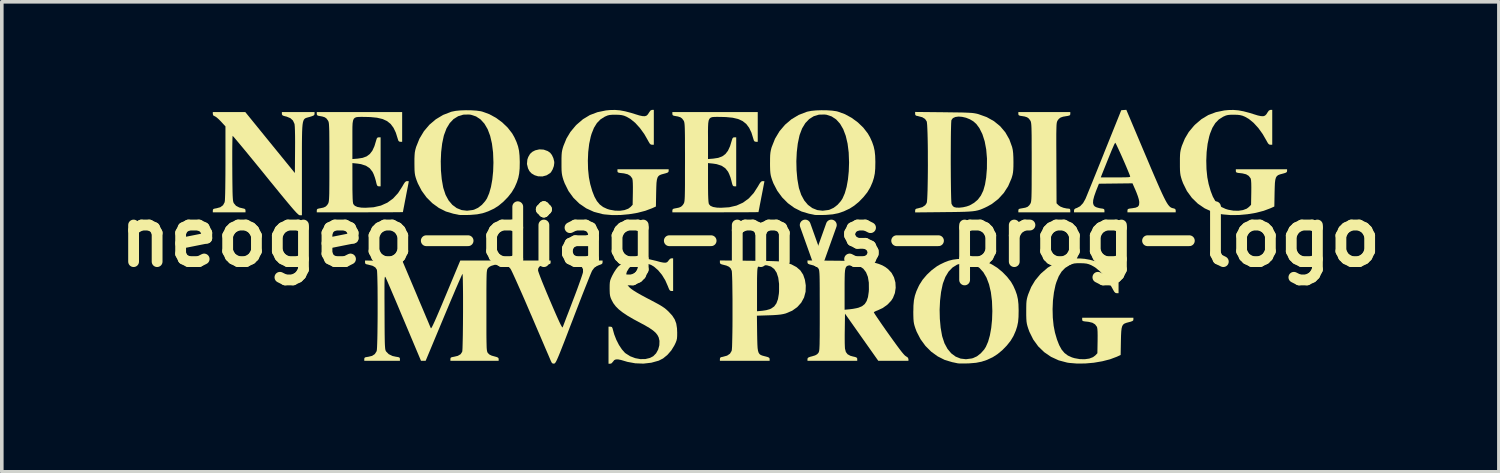
<source format=kicad_pcb>
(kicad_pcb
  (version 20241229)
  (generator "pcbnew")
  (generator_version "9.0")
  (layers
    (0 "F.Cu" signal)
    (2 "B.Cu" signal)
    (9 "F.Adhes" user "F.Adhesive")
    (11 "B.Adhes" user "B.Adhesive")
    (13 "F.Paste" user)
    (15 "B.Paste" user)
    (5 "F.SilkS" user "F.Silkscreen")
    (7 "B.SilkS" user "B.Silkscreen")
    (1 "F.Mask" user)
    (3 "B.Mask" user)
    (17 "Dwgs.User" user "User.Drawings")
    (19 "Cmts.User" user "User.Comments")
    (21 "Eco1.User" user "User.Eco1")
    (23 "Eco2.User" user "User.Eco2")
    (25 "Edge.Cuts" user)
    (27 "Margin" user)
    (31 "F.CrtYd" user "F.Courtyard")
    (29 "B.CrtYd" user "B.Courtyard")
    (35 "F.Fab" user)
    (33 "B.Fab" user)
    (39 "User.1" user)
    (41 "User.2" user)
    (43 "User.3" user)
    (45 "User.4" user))
  (footprint "neogeo-diag-mvs-prog-logo"
    (layer "F.Cu")
    (at 17.787 3.526)
    (property "Reference" "neogeo-diag-mvs-prog-logo" (at 0 0 0) (layer "F.SilkS") (effects (font (size 1.524 1.524) (thickness 0.3))))
    (attr board_only exclude_from_pos_files exclude_from_bom)
    (fp_poly (pts (xy -5.739 -2.421) (xy -5.627 -2.381) (xy -5.559 -2.334) (xy -5.51 -2.271) (xy -5.47 -2.185) (xy -5.447 -2.093) (xy -5.444 -2.051) (xy -5.456 -1.964) (xy -5.489 -1.873) (xy -5.534 -1.796) (xy -5.559 -1.769) (xy -5.658 -1.707) (xy -5.774 -1.676) (xy -5.894 -1.68) (xy -5.989 -1.709) (xy -6.074 -1.759) (xy -6.134 -1.823) (xy -6.174 -1.902) (xy -6.203 -2.022) (xy -6.192 -2.145) (xy -6.167 -2.216) (xy -6.117 -2.302) (xy -6.052 -2.361) (xy -5.974 -2.401) (xy -5.859 -2.428)) (stroke (width 0) (type solid)) (fill yes) (layer "F.SilkS"))
    (fp_poly (pts (xy 8.886 -3.415) (xy 8.881 -3.385) (xy 8.86 -3.368) (xy 8.811 -3.356) (xy 8.782 -3.352) (xy 8.683 -3.335) (xy 8.615 -3.311) (xy 8.567 -3.275) (xy 8.535 -3.232) (xy 8.526 -3.216) (xy 8.519 -3.199) (xy 8.512 -3.175) (xy 8.507 -3.143) (xy 8.503 -3.098) (xy 8.501 -3.038) (xy 8.499 -2.958) (xy 8.497 -2.855) (xy 8.497 -2.727) (xy 8.497 -2.569) (xy 8.498 -2.377) (xy 8.499 -2.15) (xy 8.499 -2.048) (xy 8.504 -0.931) (xy 8.553 -0.88) (xy 8.611 -0.839) (xy 8.695 -0.806) (xy 8.788 -0.786) (xy 8.833 -0.783) (xy 8.873 -0.775) (xy 8.886 -0.743) (xy 8.886 -0.732) (xy 8.886 -0.68) (xy 7.443 -0.68) (xy 7.443 -0.729) (xy 7.447 -0.759) (xy 7.468 -0.776) (xy 7.516 -0.787) (xy 7.549 -0.792) (xy 7.639 -0.809) (xy 7.701 -0.833) (xy 7.745 -0.873) (xy 7.774 -0.914) (xy 7.782 -0.93) (xy 7.79 -0.948) (xy 7.796 -0.974) (xy 7.801 -1.009) (xy 7.805 -1.058) (xy 7.808 -1.123) (xy 7.81 -1.208) (xy 7.812 -1.318) (xy 7.813 -1.454) (xy 7.813 -1.622) (xy 7.814 -1.823) (xy 7.814 -2.062) (xy 7.814 -2.072) (xy 7.814 -2.313) (xy 7.813 -2.515) (xy 7.813 -2.684) (xy 7.812 -2.822) (xy 7.81 -2.932) (xy 7.808 -3.018) (xy 7.805 -3.084) (xy 7.801 -3.133) (xy 7.796 -3.169) (xy 7.79 -3.195) (xy 7.783 -3.214) (xy 7.774 -3.23) (xy 7.774 -3.23) (xy 7.733 -3.285) (xy 7.685 -3.319) (xy 7.617 -3.341) (xy 7.549 -3.352) (xy 7.486 -3.362) (xy 7.455 -3.376) (xy 7.444 -3.399) (xy 7.443 -3.415) (xy 7.443 -3.464) (xy 8.886 -3.464)) (stroke (width 0) (type solid)) (fill yes) (layer "F.SilkS"))
    (fp_poly (pts (xy 10.906 -2.428) (xy 11.027 -2.143) (xy 11.132 -1.894) (xy 11.225 -1.678) (xy 11.305 -1.493) (xy 11.374 -1.336) (xy 11.434 -1.205) (xy 11.485 -1.098) (xy 11.529 -1.012) (xy 11.567 -0.944) (xy 11.601 -0.892) (xy 11.631 -0.855) (xy 11.659 -0.828) (xy 11.685 -0.811) (xy 11.713 -0.799) (xy 11.741 -0.792) (xy 11.745 -0.792) (xy 11.793 -0.776) (xy 11.812 -0.749) (xy 11.813 -0.73) (xy 11.813 -0.68) (xy 10.473 -0.68) (xy 10.473 -0.729) (xy 10.477 -0.757) (xy 10.494 -0.773) (xy 10.533 -0.784) (xy 10.604 -0.793) (xy 10.605 -0.793) (xy 10.701 -0.809) (xy 10.762 -0.836) (xy 10.794 -0.88) (xy 10.801 -0.947) (xy 10.799 -0.984) (xy 10.787 -1.045) (xy 10.761 -1.13) (xy 10.725 -1.226) (xy 10.701 -1.284) (xy 10.613 -1.485) (xy 9.681 -1.474) (xy 9.599 -1.268) (xy 9.55 -1.129) (xy 9.522 -1.021) (xy 9.517 -0.939) (xy 9.534 -0.88) (xy 9.567 -0.842) (xy 9.618 -0.817) (xy 9.689 -0.797) (xy 9.726 -0.79) (xy 9.79 -0.781) (xy 9.822 -0.768) (xy 9.833 -0.746) (xy 9.834 -0.729) (xy 9.834 -0.68) (xy 8.989 -0.68) (xy 8.989 -0.729) (xy 8.998 -0.764) (xy 9.031 -0.788) (xy 9.07 -0.801) (xy 9.159 -0.849) (xy 9.24 -0.935) (xy 9.306 -1.051) (xy 9.321 -1.087) (xy 9.35 -1.157) (xy 9.391 -1.258) (xy 9.444 -1.387) (xy 9.506 -1.539) (xy 9.55 -1.649) (xy 9.732 -1.649) (xy 10.146 -1.649) (xy 10.286 -1.65) (xy 10.391 -1.651) (xy 10.464 -1.653) (xy 10.511 -1.656) (xy 10.538 -1.662) (xy 10.548 -1.671) (xy 10.548 -1.682) (xy 10.547 -1.685) (xy 10.516 -1.765) (xy 10.475 -1.864) (xy 10.428 -1.976) (xy 10.377 -2.094) (xy 10.325 -2.212) (xy 10.274 -2.326) (xy 10.227 -2.428) (xy 10.187 -2.513) (xy 10.157 -2.575) (xy 10.138 -2.608) (xy 10.134 -2.612) (xy 10.124 -2.598) (xy 10.104 -2.561) (xy 10.076 -2.497) (xy 10.036 -2.405) (xy 9.986 -2.283) (xy 9.923 -2.128) (xy 9.847 -1.939) (xy 9.766 -1.737) (xy 9.732 -1.649) (xy 9.55 -1.649) (xy 9.576 -1.712) (xy 9.652 -1.901) (xy 9.734 -2.104) (xy 9.819 -2.316) (xy 9.824 -2.33) (xy 10.301 -3.515) (xy 10.372 -3.521) (xy 10.442 -3.526)) (stroke (width 0) (type solid)) (fill yes) (layer "F.SilkS"))
    (fp_poly (pts (xy -0.005 0.665) (xy 0.213 0.668) (xy 0.394 0.67) (xy 0.542 0.673) (xy 0.661 0.677) (xy 0.756 0.681) (xy 0.83 0.686) (xy 0.888 0.693) (xy 0.934 0.701) (xy 0.963 0.708) (xy 1.141 0.766) (xy 1.282 0.841) (xy 1.39 0.935) (xy 1.467 1.052) (xy 1.516 1.194) (xy 1.54 1.351) (xy 1.535 1.525) (xy 1.492 1.686) (xy 1.414 1.829) (xy 1.303 1.953) (xy 1.162 2.053) (xy 0.992 2.125) (xy 0.991 2.126) (xy 0.922 2.144) (xy 0.845 2.158) (xy 0.75 2.168) (xy 0.628 2.176) (xy 0.519 2.18) (xy 0.183 2.191) (xy 0.189 2.682) (xy 0.192 2.852) (xy 0.196 2.987) (xy 0.202 3.089) (xy 0.213 3.165) (xy 0.231 3.22) (xy 0.256 3.257) (xy 0.29 3.282) (xy 0.336 3.3) (xy 0.395 3.316) (xy 0.409 3.319) (xy 0.479 3.338) (xy 0.518 3.356) (xy 0.534 3.378) (xy 0.536 3.397) (xy 0.536 3.443) (xy -0.845 3.443) (xy -0.845 3.394) (xy -0.839 3.362) (xy -0.814 3.343) (xy -0.759 3.332) (xy -0.757 3.331) (xy -0.645 3.3) (xy -0.565 3.246) (xy -0.52 3.17) (xy -0.517 3.161) (xy -0.512 3.122) (xy -0.507 3.047) (xy -0.504 2.94) (xy -0.501 2.807) (xy -0.498 2.653) (xy -0.496 2.483) (xy -0.495 2.301) (xy -0.495 2.112) (xy -0.495 2.068) (xy 0.186 2.068) (xy 0.335 2.054) (xy 0.441 2.038) (xy 0.537 2.011) (xy 0.577 1.994) (xy 0.662 1.935) (xy 0.725 1.848) (xy 0.768 1.731) (xy 0.793 1.581) (xy 0.798 1.512) (xy 0.798 1.307) (xy 0.776 1.136) (xy 0.731 0.998) (xy 0.664 0.895) (xy 0.574 0.826) (xy 0.462 0.792) (xy 0.363 0.789) (xy 0.282 0.799) (xy 0.233 0.817) (xy 0.214 0.835) (xy 0.205 0.855) (xy 0.198 0.892) (xy 0.193 0.949) (xy 0.19 1.031) (xy 0.187 1.142) (xy 0.186 1.285) (xy 0.186 1.466) (xy 0.186 1.471) (xy 0.186 2.068) (xy -0.495 2.068) (xy -0.495 1.922) (xy -0.495 1.735) (xy -0.497 1.557) (xy -0.499 1.392) (xy -0.501 1.245) (xy -0.505 1.121) (xy -0.509 1.026) (xy -0.513 0.964) (xy -0.516 0.944) (xy -0.544 0.879) (xy -0.591 0.833) (xy -0.665 0.799) (xy -0.736 0.781) (xy -0.8 0.764) (xy -0.833 0.747) (xy -0.844 0.722) (xy -0.845 0.707) (xy -0.845 0.657)) (stroke (width 0) (type solid)) (fill yes) (layer "F.SilkS"))
    (fp_poly (pts (xy -7.749 -3.513) (xy -7.607 -3.504) (xy -7.487 -3.487) (xy -7.443 -3.476) (xy -7.25 -3.406) (xy -7.063 -3.304) (xy -6.89 -3.177) (xy -6.738 -3.031) (xy -6.614 -2.872) (xy -6.552 -2.763) (xy -6.492 -2.631) (xy -6.45 -2.51) (xy -6.423 -2.388) (xy -6.409 -2.252) (xy -6.403 -2.09) (xy -6.403 -2.062) (xy -6.406 -1.896) (xy -6.419 -1.759) (xy -6.443 -1.638) (xy -6.482 -1.518) (xy -6.538 -1.389) (xy -6.552 -1.361) (xy -6.629 -1.233) (xy -6.734 -1.101) (xy -6.858 -0.974) (xy -6.989 -0.865) (xy -7.118 -0.782) (xy -7.123 -0.78) (xy -7.282 -0.706) (xy -7.431 -0.655) (xy -7.587 -0.624) (xy -7.764 -0.609) (xy -7.803 -0.607) (xy -7.904 -0.605) (xy -7.992 -0.605) (xy -8.059 -0.606) (xy -8.092 -0.609) (xy -8.135 -0.619) (xy -8.201 -0.632) (xy -8.247 -0.641) (xy -8.455 -0.703) (xy -8.651 -0.802) (xy -8.831 -0.933) (xy -8.992 -1.094) (xy -9.127 -1.279) (xy -9.234 -1.485) (xy -9.27 -1.577) (xy -9.293 -1.647) (xy -9.309 -1.708) (xy -9.319 -1.771) (xy -9.325 -1.846) (xy -9.327 -1.943) (xy -9.328 -2.041) (xy -9.328 -2.099) (xy -8.597 -2.099) (xy -8.592 -1.845) (xy -8.57 -1.601) (xy -8.531 -1.378) (xy -8.524 -1.35) (xy -8.463 -1.165) (xy -8.379 -1.01) (xy -8.275 -0.887) (xy -8.154 -0.797) (xy -8.017 -0.742) (xy -7.867 -0.724) (xy -7.708 -0.744) (xy -7.671 -0.754) (xy -7.561 -0.805) (xy -7.454 -0.887) (xy -7.362 -0.992) (xy -7.313 -1.067) (xy -7.252 -1.21) (xy -7.202 -1.386) (xy -7.165 -1.591) (xy -7.142 -1.818) (xy -7.134 -2.062) (xy -7.134 -2.062) (xy -7.144 -2.34) (xy -7.175 -2.587) (xy -7.225 -2.804) (xy -7.295 -2.989) (xy -7.384 -3.141) (xy -7.491 -3.259) (xy -7.616 -3.342) (xy -7.758 -3.389) (xy -7.814 -3.396) (xy -7.971 -3.392) (xy -8.113 -3.349) (xy -8.24 -3.271) (xy -8.348 -3.157) (xy -8.437 -3.01) (xy -8.505 -2.83) (xy -8.513 -2.803) (xy -8.558 -2.59) (xy -8.586 -2.352) (xy -8.597 -2.099) (xy -9.328 -2.099) (xy -9.328 -2.167) (xy -9.324 -2.263) (xy -9.318 -2.338) (xy -9.306 -2.404) (xy -9.288 -2.471) (xy -9.281 -2.495) (xy -9.189 -2.724) (xy -9.065 -2.931) (xy -8.913 -3.111) (xy -8.734 -3.263) (xy -8.533 -3.384) (xy -8.311 -3.47) (xy -8.288 -3.476) (xy -8.183 -3.497) (xy -8.049 -3.51) (xy -7.9 -3.515)) (stroke (width 0) (type solid)) (fill yes) (layer "F.SilkS"))
    (fp_poly (pts (xy 2.127 -3.513) (xy 2.269 -3.504) (xy 2.389 -3.487) (xy 2.433 -3.476) (xy 2.626 -3.406) (xy 2.813 -3.304) (xy 2.986 -3.177) (xy 3.138 -3.031) (xy 3.261 -2.872) (xy 3.324 -2.763) (xy 3.383 -2.631) (xy 3.425 -2.51) (xy 3.452 -2.388) (xy 3.467 -2.252) (xy 3.472 -2.09) (xy 3.472 -2.062) (xy 3.469 -1.896) (xy 3.457 -1.759) (xy 3.432 -1.638) (xy 3.394 -1.518) (xy 3.338 -1.389) (xy 3.324 -1.361) (xy 3.247 -1.233) (xy 3.141 -1.101) (xy 3.018 -0.974) (xy 2.886 -0.865) (xy 2.757 -0.782) (xy 2.752 -0.78) (xy 2.594 -0.706) (xy 2.444 -0.655) (xy 2.288 -0.624) (xy 2.112 -0.609) (xy 2.072 -0.607) (xy 1.972 -0.605) (xy 1.883 -0.605) (xy 1.817 -0.606) (xy 1.783 -0.609) (xy 1.74 -0.619) (xy 1.674 -0.632) (xy 1.629 -0.641) (xy 1.421 -0.703) (xy 1.224 -0.802) (xy 1.044 -0.933) (xy 0.884 -1.094) (xy 0.748 -1.279) (xy 0.641 -1.485) (xy 0.606 -1.577) (xy 0.583 -1.647) (xy 0.567 -1.708) (xy 0.557 -1.771) (xy 0.551 -1.846) (xy 0.548 -1.943) (xy 0.547 -2.041) (xy 0.548 -2.099) (xy 1.278 -2.099) (xy 1.284 -1.845) (xy 1.306 -1.601) (xy 1.345 -1.378) (xy 1.351 -1.35) (xy 1.413 -1.165) (xy 1.497 -1.01) (xy 1.6 -0.887) (xy 1.722 -0.797) (xy 1.859 -0.742) (xy 2.008 -0.724) (xy 2.168 -0.744) (xy 2.205 -0.754) (xy 2.314 -0.805) (xy 2.421 -0.887) (xy 2.514 -0.992) (xy 2.562 -1.067) (xy 2.624 -1.21) (xy 2.674 -1.386) (xy 2.711 -1.591) (xy 2.734 -1.818) (xy 2.742 -2.062) (xy 2.742 -2.062) (xy 2.732 -2.34) (xy 2.701 -2.587) (xy 2.65 -2.804) (xy 2.58 -2.989) (xy 2.491 -3.141) (xy 2.384 -3.259) (xy 2.259 -3.342) (xy 2.118 -3.389) (xy 2.062 -3.396) (xy 1.905 -3.392) (xy 1.762 -3.349) (xy 1.636 -3.271) (xy 1.527 -3.157) (xy 1.438 -3.01) (xy 1.37 -2.83) (xy 1.363 -2.803) (xy 1.318 -2.59) (xy 1.29 -2.352) (xy 1.278 -2.099) (xy 0.548 -2.099) (xy 0.548 -2.167) (xy 0.551 -2.263) (xy 0.558 -2.338) (xy 0.57 -2.404) (xy 0.587 -2.471) (xy 0.595 -2.495) (xy 0.686 -2.724) (xy 0.81 -2.931) (xy 0.963 -3.111) (xy 1.141 -3.263) (xy 1.343 -3.384) (xy 1.565 -3.47) (xy 1.587 -3.476) (xy 1.693 -3.497) (xy 1.826 -3.51) (xy 1.975 -3.515)) (stroke (width 0) (type solid)) (fill yes) (layer "F.SilkS"))
    (fp_poly (pts (xy 6.155 0.613) (xy 6.292 0.625) (xy 6.411 0.648) (xy 6.525 0.684) (xy 6.645 0.736) (xy 6.711 0.769) (xy 6.856 0.859) (xy 6.999 0.976) (xy 7.13 1.11) (xy 7.239 1.25) (xy 7.303 1.361) (xy 7.362 1.493) (xy 7.404 1.613) (xy 7.431 1.735) (xy 7.446 1.871) (xy 7.451 2.033) (xy 7.451 2.062) (xy 7.448 2.227) (xy 7.436 2.364) (xy 7.411 2.486) (xy 7.373 2.605) (xy 7.317 2.734) (xy 7.303 2.763) (xy 7.226 2.891) (xy 7.12 3.023) (xy 6.997 3.149) (xy 6.865 3.258) (xy 6.736 3.341) (xy 6.731 3.344) (xy 6.573 3.418) (xy 6.423 3.468) (xy 6.268 3.499) (xy 6.091 3.514) (xy 6.051 3.516) (xy 5.951 3.518) (xy 5.862 3.518) (xy 5.796 3.517) (xy 5.762 3.514) (xy 5.719 3.505) (xy 5.654 3.491) (xy 5.608 3.482) (xy 5.4 3.42) (xy 5.204 3.321) (xy 5.023 3.19) (xy 4.863 3.03) (xy 4.727 2.844) (xy 4.62 2.638) (xy 4.585 2.546) (xy 4.562 2.476) (xy 4.546 2.415) (xy 4.536 2.353) (xy 4.53 2.278) (xy 4.527 2.18) (xy 4.526 2.082) (xy 4.528 2.024) (xy 5.257 2.024) (xy 5.263 2.279) (xy 5.285 2.523) (xy 5.324 2.745) (xy 5.331 2.773) (xy 5.392 2.958) (xy 5.476 3.113) (xy 5.58 3.237) (xy 5.701 3.327) (xy 5.838 3.382) (xy 5.987 3.4) (xy 6.147 3.379) (xy 6.184 3.369) (xy 6.294 3.319) (xy 6.4 3.236) (xy 6.493 3.132) (xy 6.541 3.056) (xy 6.603 2.914) (xy 6.653 2.737) (xy 6.69 2.532) (xy 6.713 2.305) (xy 6.721 2.062) (xy 6.721 2.061) (xy 6.711 1.784) (xy 6.68 1.536) (xy 6.629 1.319) (xy 6.559 1.134) (xy 6.47 0.982) (xy 6.363 0.864) (xy 6.238 0.781) (xy 6.097 0.735) (xy 6.041 0.727) (xy 5.884 0.732) (xy 5.741 0.774) (xy 5.615 0.853) (xy 5.506 0.966) (xy 5.417 1.114) (xy 5.349 1.293) (xy 5.342 1.32) (xy 5.297 1.533) (xy 5.269 1.772) (xy 5.257 2.024) (xy 4.528 2.024) (xy 4.53 1.91) (xy 4.543 1.765) (xy 4.57 1.636) (xy 4.612 1.511) (xy 4.673 1.377) (xy 4.697 1.33) (xy 4.785 1.192) (xy 4.902 1.054) (xy 5.038 0.926) (xy 5.182 0.819) (xy 5.268 0.769) (xy 5.395 0.708) (xy 5.51 0.664) (xy 5.625 0.635) (xy 5.752 0.618) (xy 5.902 0.611) (xy 5.989 0.61)) (stroke (width 0) (type solid)) (fill yes) (layer "F.SilkS"))
    (fp_poly (pts (xy -5.546 0.71) (xy -5.549 0.737) (xy -5.565 0.753) (xy -5.603 0.764) (xy -5.671 0.773) (xy -5.683 0.774) (xy -5.785 0.793) (xy -5.852 0.824) (xy -5.887 0.872) (xy -5.896 0.929) (xy -5.888 0.962) (xy -5.865 1.029) (xy -5.829 1.125) (xy -5.781 1.248) (xy -5.722 1.392) (xy -5.655 1.554) (xy -5.581 1.729) (xy -5.562 1.774) (xy -5.476 1.974) (xy -5.405 2.138) (xy -5.347 2.268) (xy -5.301 2.369) (xy -5.266 2.441) (xy -5.24 2.488) (xy -5.223 2.512) (xy -5.213 2.516) (xy -5.211 2.513) (xy -5.2 2.484) (xy -5.176 2.421) (xy -5.141 2.329) (xy -5.097 2.213) (xy -5.044 2.077) (xy -4.986 1.925) (xy -4.927 1.77) (xy -4.864 1.605) (xy -4.806 1.45) (xy -4.755 1.308) (xy -4.711 1.185) (xy -4.677 1.085) (xy -4.655 1.015) (xy -4.646 0.98) (xy -4.647 0.899) (xy -4.678 0.841) (xy -4.741 0.801) (xy -4.84 0.778) (xy -4.862 0.775) (xy -4.932 0.766) (xy -4.97 0.755) (xy -4.986 0.738) (xy -4.989 0.71) (xy -4.989 0.66) (xy -4.103 0.66) (xy -4.103 0.708) (xy -4.111 0.742) (xy -4.142 0.765) (xy -4.19 0.782) (xy -4.274 0.815) (xy -4.335 0.863) (xy -4.391 0.938) (xy -4.394 0.942) (xy -4.408 0.973) (xy -4.436 1.038) (xy -4.476 1.136) (xy -4.526 1.262) (xy -4.586 1.412) (xy -4.654 1.584) (xy -4.728 1.774) (xy -4.807 1.979) (xy -4.89 2.194) (xy -4.916 2.263) (xy -5.013 2.513) (xy -5.095 2.728) (xy -5.165 2.91) (xy -5.225 3.062) (xy -5.274 3.186) (xy -5.314 3.285) (xy -5.347 3.363) (xy -5.373 3.421) (xy -5.394 3.463) (xy -5.411 3.491) (xy -5.424 3.508) (xy -5.436 3.517) (xy -5.448 3.521) (xy -5.451 3.522) (xy -5.487 3.52) (xy -5.513 3.499) (xy -5.539 3.449) (xy -5.543 3.439) (xy -5.558 3.405) (xy -5.587 3.336) (xy -5.63 3.236) (xy -5.685 3.109) (xy -5.749 2.959) (xy -5.822 2.788) (xy -5.903 2.6) (xy -5.989 2.399) (xy -6.079 2.188) (xy -6.092 2.16) (xy -6.183 1.948) (xy -6.27 1.746) (xy -6.353 1.557) (xy -6.43 1.384) (xy -6.498 1.231) (xy -6.557 1.101) (xy -6.604 0.999) (xy -6.639 0.927) (xy -6.66 0.889) (xy -6.661 0.887) (xy -6.717 0.826) (xy -6.782 0.791) (xy -6.814 0.781) (xy -6.872 0.763) (xy -6.9 0.742) (xy -6.907 0.71) (xy -6.907 0.709) (xy -6.907 0.66) (xy -5.546 0.66)) (stroke (width 0) (type solid)) (fill yes) (layer "F.SilkS"))
    (fp_poly (pts (xy -13.337 -2.617) (xy -12.648 -1.771) (xy -12.643 -2.413) (xy -12.642 -2.624) (xy -12.643 -2.802) (xy -12.646 -2.945) (xy -12.65 -3.052) (xy -12.656 -3.12) (xy -12.66 -3.138) (xy -12.702 -3.229) (xy -12.772 -3.294) (xy -12.876 -3.337) (xy -12.898 -3.342) (xy -12.963 -3.359) (xy -12.996 -3.377) (xy -13.008 -3.401) (xy -13.009 -3.415) (xy -13.009 -3.464) (xy -12.102 -3.464) (xy -12.102 -3.416) (xy -12.107 -3.389) (xy -12.128 -3.368) (xy -12.174 -3.349) (xy -12.241 -3.328) (xy -12.283 -3.317) (xy -12.318 -3.307) (xy -12.349 -3.296) (xy -12.374 -3.28) (xy -12.395 -3.257) (xy -12.412 -3.222) (xy -12.425 -3.175) (xy -12.435 -3.11) (xy -12.442 -3.027) (xy -12.447 -2.92) (xy -12.45 -2.788) (xy -12.452 -2.628) (xy -12.453 -2.436) (xy -12.453 -2.209) (xy -12.453 -1.946) (xy -12.453 -1.871) (xy -12.453 -0.598) (xy -12.51 -0.598) (xy -12.523 -0.601) (xy -12.541 -0.611) (xy -12.564 -0.63) (xy -12.596 -0.66) (xy -12.637 -0.704) (xy -12.69 -0.763) (xy -12.757 -0.841) (xy -12.839 -0.939) (xy -12.938 -1.058) (xy -13.057 -1.202) (xy -13.196 -1.373) (xy -13.359 -1.572) (xy -13.463 -1.701) (xy -13.613 -1.886) (xy -13.756 -2.061) (xy -13.89 -2.224) (xy -14.011 -2.372) (xy -14.119 -2.502) (xy -14.211 -2.612) (xy -14.285 -2.7) (xy -14.338 -2.763) (xy -14.369 -2.797) (xy -14.376 -2.804) (xy -14.379 -2.784) (xy -14.382 -2.727) (xy -14.384 -2.637) (xy -14.386 -2.519) (xy -14.387 -2.375) (xy -14.387 -2.212) (xy -14.387 -2.032) (xy -14.386 -1.902) (xy -14.385 -1.683) (xy -14.383 -1.502) (xy -14.381 -1.355) (xy -14.379 -1.237) (xy -14.376 -1.145) (xy -14.372 -1.075) (xy -14.368 -1.023) (xy -14.362 -0.985) (xy -14.355 -0.958) (xy -14.346 -0.938) (xy -14.344 -0.933) (xy -14.283 -0.861) (xy -14.191 -0.813) (xy -14.104 -0.792) (xy -14.049 -0.779) (xy -14.025 -0.76) (xy -14.019 -0.729) (xy -14.019 -0.68) (xy -14.927 -0.68) (xy -14.927 -0.729) (xy -14.922 -0.759) (xy -14.9 -0.777) (xy -14.85 -0.788) (xy -14.826 -0.792) (xy -14.719 -0.821) (xy -14.643 -0.877) (xy -14.599 -0.959) (xy -14.598 -0.965) (xy -14.592 -1.005) (xy -14.588 -1.083) (xy -14.584 -1.199) (xy -14.581 -1.349) (xy -14.579 -1.531) (xy -14.577 -1.744) (xy -14.576 -1.984) (xy -14.576 -2.054) (xy -14.576 -3.066) (xy -14.7 -3.201) (xy -14.761 -3.263) (xy -14.819 -3.314) (xy -14.864 -3.344) (xy -14.875 -3.348) (xy -14.916 -3.371) (xy -14.927 -3.412) (xy -14.927 -3.464) (xy -14.025 -3.464)) (stroke (width 0) (type solid)) (fill yes) (layer "F.SilkS"))
    (fp_poly (pts (xy -2.68 -2.556) (xy -2.731 -2.556) (xy -2.766 -2.564) (xy -2.796 -2.593) (xy -2.83 -2.651) (xy -2.837 -2.665) (xy -2.945 -2.854) (xy -3.067 -3.022) (xy -3.196 -3.164) (xy -3.33 -3.273) (xy -3.437 -3.334) (xy -3.506 -3.363) (xy -3.572 -3.379) (xy -3.649 -3.388) (xy -3.742 -3.39) (xy -3.838 -3.389) (xy -3.907 -3.383) (xy -3.965 -3.369) (xy -4.025 -3.343) (xy -4.045 -3.334) (xy -4.163 -3.259) (xy -4.261 -3.158) (xy -4.342 -3.027) (xy -4.408 -2.862) (xy -4.431 -2.784) (xy -4.475 -2.581) (xy -4.502 -2.354) (xy -4.512 -2.115) (xy -4.506 -1.877) (xy -4.483 -1.652) (xy -4.446 -1.464) (xy -4.39 -1.271) (xy -4.329 -1.115) (xy -4.261 -0.992) (xy -4.181 -0.897) (xy -4.087 -0.826) (xy -3.975 -0.774) (xy -3.903 -0.752) (xy -3.757 -0.726) (xy -3.618 -0.723) (xy -3.493 -0.742) (xy -3.389 -0.781) (xy -3.326 -0.828) (xy -3.268 -0.889) (xy -3.262 -1.233) (xy -3.261 -1.379) (xy -3.263 -1.488) (xy -3.268 -1.565) (xy -3.277 -1.613) (xy -3.283 -1.627) (xy -3.333 -1.692) (xy -3.406 -1.736) (xy -3.509 -1.761) (xy -3.551 -1.766) (xy -3.625 -1.774) (xy -3.667 -1.784) (xy -3.686 -1.799) (xy -3.69 -1.823) (xy -3.69 -1.828) (xy -3.69 -1.876) (xy -2.268 -1.876) (xy -2.268 -1.83) (xy -2.273 -1.803) (xy -2.296 -1.783) (xy -2.344 -1.766) (xy -2.395 -1.752) (xy -2.462 -1.734) (xy -2.514 -1.714) (xy -2.552 -1.685) (xy -2.578 -1.643) (xy -2.595 -1.582) (xy -2.606 -1.496) (xy -2.611 -1.38) (xy -2.615 -1.229) (xy -2.615 -1.223) (xy -2.622 -0.841) (xy -2.728 -0.793) (xy -2.917 -0.722) (xy -3.133 -0.666) (xy -3.366 -0.627) (xy -3.604 -0.605) (xy -3.837 -0.603) (xy -4.052 -0.622) (xy -4.11 -0.631) (xy -4.343 -0.693) (xy -4.556 -0.79) (xy -4.746 -0.92) (xy -4.911 -1.081) (xy -5.049 -1.27) (xy -5.156 -1.486) (xy -5.19 -1.577) (xy -5.211 -1.646) (xy -5.226 -1.708) (xy -5.236 -1.771) (xy -5.242 -1.847) (xy -5.244 -1.946) (xy -5.244 -2.051) (xy -5.244 -2.176) (xy -5.241 -2.27) (xy -5.235 -2.343) (xy -5.224 -2.405) (xy -5.208 -2.467) (xy -5.189 -2.526) (xy -5.106 -2.729) (xy -4.997 -2.911) (xy -4.856 -3.081) (xy -4.824 -3.114) (xy -4.648 -3.265) (xy -4.456 -3.381) (xy -4.244 -3.461) (xy -4.01 -3.509) (xy -3.897 -3.52) (xy -3.758 -3.523) (xy -3.622 -3.512) (xy -3.478 -3.485) (xy -3.314 -3.442) (xy -3.202 -3.407) (xy -3.082 -3.37) (xy -2.993 -3.351) (xy -2.928 -3.349) (xy -2.881 -3.365) (xy -2.844 -3.401) (xy -2.814 -3.449) (xy -2.774 -3.505) (xy -2.732 -3.525) (xy -2.727 -3.525) (xy -2.68 -3.525)) (stroke (width 0) (type solid)) (fill yes) (layer "F.SilkS"))
    (fp_poly (pts (xy 10.226 1.567) (xy 10.175 1.567) (xy 10.141 1.559) (xy 10.11 1.53) (xy 10.076 1.473) (xy 10.069 1.459) (xy 9.961 1.269) (xy 9.839 1.101) (xy 9.71 0.96) (xy 9.576 0.85) (xy 9.469 0.789) (xy 9.4 0.761) (xy 9.334 0.744) (xy 9.258 0.736) (xy 9.164 0.733) (xy 9.068 0.734) (xy 8.999 0.74) (xy 8.941 0.755) (xy 8.881 0.78) (xy 8.862 0.789) (xy 8.743 0.865) (xy 8.645 0.965) (xy 8.565 1.096) (xy 8.499 1.261) (xy 8.475 1.339) (xy 8.432 1.542) (xy 8.404 1.769) (xy 8.394 2.008) (xy 8.4 2.246) (xy 8.423 2.471) (xy 8.46 2.66) (xy 8.516 2.852) (xy 8.577 3.008) (xy 8.645 3.132) (xy 8.725 3.227) (xy 8.819 3.298) (xy 8.931 3.349) (xy 9.004 3.371) (xy 9.149 3.397) (xy 9.288 3.4) (xy 9.414 3.382) (xy 9.517 3.342) (xy 9.58 3.295) (xy 9.638 3.234) (xy 9.644 2.89) (xy 9.645 2.744) (xy 9.643 2.635) (xy 9.638 2.559) (xy 9.629 2.511) (xy 9.623 2.497) (xy 9.573 2.431) (xy 9.5 2.387) (xy 9.397 2.362) (xy 9.355 2.357) (xy 9.281 2.349) (xy 9.239 2.34) (xy 9.22 2.325) (xy 9.216 2.301) (xy 9.216 2.296) (xy 9.216 2.247) (xy 10.638 2.247) (xy 10.638 2.294) (xy 10.633 2.321) (xy 10.61 2.34) (xy 10.562 2.358) (xy 10.511 2.371) (xy 10.444 2.389) (xy 10.392 2.409) (xy 10.354 2.438) (xy 10.328 2.48) (xy 10.311 2.542) (xy 10.301 2.627) (xy 10.295 2.743) (xy 10.291 2.895) (xy 10.291 2.9) (xy 10.284 3.282) (xy 10.178 3.331) (xy 9.989 3.402) (xy 9.773 3.457) (xy 9.54 3.497) (xy 9.302 3.518) (xy 9.07 3.52) (xy 8.854 3.502) (xy 8.797 3.493) (xy 8.563 3.431) (xy 8.35 3.333) (xy 8.16 3.203) (xy 7.995 3.043) (xy 7.857 2.853) (xy 7.75 2.638) (xy 7.717 2.546) (xy 7.695 2.477) (xy 7.68 2.416) (xy 7.67 2.352) (xy 7.665 2.276) (xy 7.662 2.178) (xy 7.662 2.072) (xy 7.663 1.947) (xy 7.665 1.854) (xy 7.671 1.781) (xy 7.682 1.718) (xy 7.698 1.657) (xy 7.717 1.598) (xy 7.8 1.394) (xy 7.909 1.212) (xy 8.05 1.042) (xy 8.082 1.01) (xy 8.258 0.858) (xy 8.451 0.743) (xy 8.662 0.662) (xy 8.896 0.615) (xy 9.01 0.604) (xy 9.148 0.601) (xy 9.284 0.612) (xy 9.428 0.638) (xy 9.592 0.681) (xy 9.705 0.716) (xy 9.824 0.753) (xy 9.913 0.773) (xy 9.978 0.775) (xy 10.025 0.758) (xy 10.062 0.722) (xy 10.092 0.675) (xy 10.132 0.618) (xy 10.175 0.598) (xy 10.18 0.598) (xy 10.226 0.598)) (stroke (width 0) (type solid)) (fill yes) (layer "F.SilkS"))
    (fp_poly (pts (xy 14.494 -2.556) (xy 14.442 -2.556) (xy 14.408 -2.564) (xy 14.378 -2.593) (xy 14.344 -2.651) (xy 14.337 -2.665) (xy 14.228 -2.854) (xy 14.107 -3.022) (xy 13.977 -3.164) (xy 13.844 -3.273) (xy 13.737 -3.334) (xy 13.667 -3.363) (xy 13.602 -3.379) (xy 13.525 -3.388) (xy 13.432 -3.39) (xy 13.336 -3.389) (xy 13.267 -3.383) (xy 13.209 -3.369) (xy 13.149 -3.343) (xy 13.129 -3.334) (xy 13.011 -3.259) (xy 12.913 -3.158) (xy 12.832 -3.027) (xy 12.766 -2.862) (xy 12.743 -2.784) (xy 12.699 -2.581) (xy 12.672 -2.354) (xy 12.662 -2.115) (xy 12.668 -1.877) (xy 12.691 -1.652) (xy 12.728 -1.464) (xy 12.784 -1.271) (xy 12.844 -1.115) (xy 12.913 -0.992) (xy 12.993 -0.897) (xy 13.087 -0.826) (xy 13.199 -0.774) (xy 13.271 -0.752) (xy 13.416 -0.726) (xy 13.556 -0.723) (xy 13.681 -0.742) (xy 13.785 -0.781) (xy 13.847 -0.828) (xy 13.906 -0.889) (xy 13.912 -1.233) (xy 13.913 -1.379) (xy 13.911 -1.488) (xy 13.906 -1.565) (xy 13.897 -1.613) (xy 13.891 -1.627) (xy 13.841 -1.692) (xy 13.768 -1.736) (xy 13.665 -1.761) (xy 13.622 -1.766) (xy 13.549 -1.774) (xy 13.507 -1.784) (xy 13.488 -1.799) (xy 13.483 -1.823) (xy 13.483 -1.828) (xy 13.483 -1.876) (xy 14.906 -1.876) (xy 14.906 -1.83) (xy 14.9 -1.803) (xy 14.878 -1.783) (xy 14.83 -1.766) (xy 14.779 -1.752) (xy 14.711 -1.734) (xy 14.66 -1.714) (xy 14.622 -1.685) (xy 14.596 -1.643) (xy 14.579 -1.582) (xy 14.568 -1.496) (xy 14.563 -1.38) (xy 14.559 -1.229) (xy 14.559 -1.223) (xy 14.552 -0.841) (xy 14.446 -0.793) (xy 14.257 -0.722) (xy 14.041 -0.666) (xy 13.808 -0.627) (xy 13.57 -0.605) (xy 13.337 -0.603) (xy 13.121 -0.622) (xy 13.064 -0.631) (xy 12.831 -0.693) (xy 12.618 -0.79) (xy 12.428 -0.92) (xy 12.263 -1.081) (xy 12.125 -1.27) (xy 12.018 -1.486) (xy 11.984 -1.577) (xy 11.963 -1.646) (xy 11.947 -1.708) (xy 11.938 -1.771) (xy 11.932 -1.847) (xy 11.93 -1.946) (xy 11.93 -2.051) (xy 11.93 -2.176) (xy 11.933 -2.27) (xy 11.939 -2.343) (xy 11.95 -2.405) (xy 11.966 -2.467) (xy 11.984 -2.526) (xy 12.068 -2.729) (xy 12.176 -2.911) (xy 12.318 -3.081) (xy 12.35 -3.114) (xy 12.526 -3.265) (xy 12.718 -3.381) (xy 12.93 -3.461) (xy 13.163 -3.509) (xy 13.277 -3.52) (xy 13.415 -3.523) (xy 13.551 -3.512) (xy 13.696 -3.485) (xy 13.86 -3.442) (xy 13.972 -3.407) (xy 14.092 -3.37) (xy 14.181 -3.351) (xy 14.246 -3.349) (xy 14.293 -3.365) (xy 14.33 -3.401) (xy 14.36 -3.449) (xy 14.4 -3.505) (xy 14.442 -3.525) (xy 14.447 -3.525) (xy 14.494 -3.525)) (stroke (width 0) (type solid)) (fill yes) (layer "F.SilkS"))
    (fp_poly (pts (xy -2.144 1.505) (xy -2.193 1.505) (xy -2.222 1.499) (xy -2.245 1.476) (xy -2.269 1.426) (xy -2.288 1.376) (xy -2.362 1.208) (xy -2.455 1.056) (xy -2.562 0.927) (xy -2.678 0.827) (xy -2.752 0.783) (xy -2.863 0.746) (xy -2.989 0.727) (xy -3.111 0.73) (xy -3.169 0.74) (xy -3.28 0.79) (xy -3.367 0.868) (xy -3.428 0.968) (xy -3.459 1.082) (xy -3.457 1.203) (xy -3.424 1.312) (xy -3.399 1.355) (xy -3.363 1.398) (xy -3.312 1.443) (xy -3.24 1.494) (xy -3.146 1.552) (xy -3.023 1.622) (xy -2.87 1.704) (xy -2.772 1.755) (xy -2.638 1.826) (xy -2.533 1.883) (xy -2.452 1.932) (xy -2.387 1.976) (xy -2.331 2.021) (xy -2.278 2.07) (xy -2.266 2.082) (xy -2.167 2.19) (xy -2.099 2.296) (xy -2.057 2.409) (xy -2.036 2.541) (xy -2.031 2.661) (xy -2.032 2.756) (xy -2.037 2.824) (xy -2.05 2.881) (xy -2.073 2.941) (xy -2.108 3.014) (xy -2.194 3.155) (xy -2.302 3.279) (xy -2.423 3.378) (xy -2.544 3.44) (xy -2.75 3.497) (xy -2.97 3.522) (xy -3.196 3.513) (xy -3.415 3.473) (xy -3.474 3.455) (xy -3.59 3.421) (xy -3.675 3.404) (xy -3.736 3.406) (xy -3.778 3.424) (xy -3.809 3.462) (xy -3.81 3.464) (xy -3.853 3.513) (xy -3.891 3.525) (xy -3.938 3.525) (xy -3.938 2.495) (xy -3.887 2.495) (xy -3.845 2.505) (xy -3.825 2.545) (xy -3.824 2.551) (xy -3.781 2.707) (xy -3.721 2.861) (xy -3.648 3.004) (xy -3.567 3.126) (xy -3.484 3.22) (xy -3.463 3.237) (xy -3.337 3.317) (xy -3.198 3.37) (xy -3.054 3.397) (xy -2.914 3.395) (xy -2.787 3.364) (xy -2.697 3.317) (xy -2.617 3.236) (xy -2.559 3.131) (xy -2.527 3.012) (xy -2.523 2.891) (xy -2.545 2.794) (xy -2.579 2.728) (xy -2.63 2.664) (xy -2.703 2.6) (xy -2.802 2.532) (xy -2.933 2.455) (xy -3.044 2.396) (xy -3.245 2.288) (xy -3.411 2.191) (xy -3.545 2.101) (xy -3.653 2.016) (xy -3.738 1.931) (xy -3.803 1.845) (xy -3.851 1.757) (xy -3.878 1.696) (xy -3.894 1.64) (xy -3.903 1.576) (xy -3.906 1.491) (xy -3.907 1.432) (xy -3.906 1.335) (xy -3.901 1.265) (xy -3.89 1.208) (xy -3.869 1.152) (xy -3.836 1.081) (xy -3.83 1.069) (xy -3.782 0.982) (xy -3.727 0.898) (xy -3.676 0.834) (xy -3.671 0.828) (xy -3.543 0.725) (xy -3.389 0.653) (xy -3.214 0.611) (xy -3.019 0.601) (xy -2.809 0.623) (xy -2.613 0.669) (xy -2.497 0.701) (xy -2.413 0.717) (xy -2.353 0.719) (xy -2.312 0.706) (xy -2.283 0.677) (xy -2.272 0.66) (xy -2.229 0.611) (xy -2.191 0.598) (xy -2.144 0.598)) (stroke (width 0) (type solid)) (fill yes) (layer "F.SilkS"))
    (fp_poly (pts (xy 5.376 -3.459) (xy 5.581 -3.456) (xy 5.75 -3.454) (xy 5.886 -3.452) (xy 5.996 -3.448) (xy 6.083 -3.444) (xy 6.152 -3.44) (xy 6.208 -3.433) (xy 6.255 -3.425) (xy 6.298 -3.416) (xy 6.335 -3.406) (xy 6.564 -3.324) (xy 6.765 -3.212) (xy 6.938 -3.071) (xy 7.081 -2.902) (xy 7.193 -2.706) (xy 7.27 -2.493) (xy 7.288 -2.414) (xy 7.299 -2.321) (xy 7.305 -2.205) (xy 7.307 -2.072) (xy 7.306 -1.951) (xy 7.302 -1.86) (xy 7.295 -1.788) (xy 7.283 -1.723) (xy 7.264 -1.656) (xy 7.25 -1.614) (xy 7.16 -1.405) (xy 7.037 -1.215) (xy 6.885 -1.049) (xy 6.708 -0.912) (xy 6.587 -0.844) (xy 6.513 -0.808) (xy 6.447 -0.779) (xy 6.385 -0.754) (xy 6.322 -0.735) (xy 6.253 -0.72) (xy 6.173 -0.709) (xy 6.077 -0.701) (xy 5.96 -0.695) (xy 5.818 -0.691) (xy 5.646 -0.688) (xy 5.439 -0.686) (xy 5.376 -0.685) (xy 4.577 -0.677) (xy 4.577 -0.728) (xy 4.583 -0.761) (xy 4.609 -0.78) (xy 4.662 -0.792) (xy 4.777 -0.823) (xy 4.857 -0.877) (xy 4.898 -0.939) (xy 4.905 -0.977) (xy 4.912 -1.052) (xy 4.917 -1.158) (xy 4.922 -1.29) (xy 4.925 -1.444) (xy 4.928 -1.616) (xy 4.93 -1.798) (xy 4.931 -1.988) (xy 4.93 -2.181) (xy 4.93 -2.226) (xy 5.566 -2.226) (xy 5.566 -2.033) (xy 5.567 -1.842) (xy 5.568 -1.656) (xy 5.57 -1.481) (xy 5.572 -1.32) (xy 5.575 -1.18) (xy 5.578 -1.064) (xy 5.582 -0.978) (xy 5.586 -0.925) (xy 5.588 -0.913) (xy 5.618 -0.861) (xy 5.655 -0.827) (xy 5.718 -0.811) (xy 5.806 -0.809) (xy 5.907 -0.82) (xy 6.008 -0.843) (xy 6.088 -0.871) (xy 6.214 -0.943) (xy 6.319 -1.033) (xy 6.403 -1.145) (xy 6.469 -1.282) (xy 6.517 -1.449) (xy 6.55 -1.648) (xy 6.569 -1.882) (xy 6.57 -1.898) (xy 6.572 -2.173) (xy 6.551 -2.426) (xy 6.508 -2.653) (xy 6.444 -2.852) (xy 6.36 -3.02) (xy 6.275 -3.134) (xy 6.194 -3.206) (xy 6.096 -3.264) (xy 5.991 -3.306) (xy 5.883 -3.331) (xy 5.782 -3.339) (xy 5.694 -3.327) (xy 5.626 -3.296) (xy 5.586 -3.243) (xy 5.585 -3.243) (xy 5.581 -3.21) (xy 5.577 -3.142) (xy 5.574 -3.041) (xy 5.571 -2.914) (xy 5.569 -2.764) (xy 5.568 -2.596) (xy 5.567 -2.415) (xy 5.566 -2.226) (xy 4.93 -2.226) (xy 4.93 -2.37) (xy 4.928 -2.552) (xy 4.925 -2.721) (xy 4.921 -2.872) (xy 4.916 -3.002) (xy 4.911 -3.104) (xy 4.904 -3.174) (xy 4.898 -3.205) (xy 4.852 -3.273) (xy 4.776 -3.32) (xy 4.666 -3.349) (xy 4.665 -3.35) (xy 4.609 -3.362) (xy 4.583 -3.381) (xy 4.577 -3.413) (xy 4.577 -3.416) (xy 4.577 -3.467)) (stroke (width 0) (type solid)) (fill yes) (layer "F.SilkS"))
    (fp_poly (pts (xy 2.438 0.665) (xy 2.65 0.667) (xy 2.825 0.669) (xy 2.968 0.671) (xy 3.083 0.674) (xy 3.175 0.678) (xy 3.247 0.682) (xy 3.306 0.688) (xy 3.354 0.695) (xy 3.396 0.704) (xy 3.438 0.714) (xy 3.447 0.717) (xy 3.569 0.754) (xy 3.664 0.792) (xy 3.746 0.838) (xy 3.825 0.897) (xy 3.922 1.001) (xy 3.99 1.127) (xy 4.029 1.268) (xy 4.037 1.415) (xy 4.015 1.562) (xy 3.961 1.699) (xy 3.912 1.775) (xy 3.808 1.884) (xy 3.678 1.977) (xy 3.543 2.04) (xy 3.482 2.064) (xy 3.441 2.086) (xy 3.429 2.096) (xy 3.44 2.116) (xy 3.471 2.166) (xy 3.522 2.242) (xy 3.588 2.339) (xy 3.667 2.454) (xy 3.757 2.583) (xy 3.841 2.701) (xy 3.962 2.87) (xy 4.062 3.008) (xy 4.143 3.117) (xy 4.207 3.2) (xy 4.257 3.259) (xy 4.294 3.298) (xy 4.321 3.318) (xy 4.324 3.319) (xy 4.376 3.356) (xy 4.391 3.397) (xy 4.391 3.443) (xy 3.553 3.443) (xy 3.091 2.789) (xy 2.629 2.134) (xy 2.623 2.577) (xy 2.621 2.714) (xy 2.621 2.842) (xy 2.622 2.954) (xy 2.625 3.042) (xy 2.628 3.098) (xy 2.629 3.107) (xy 2.653 3.199) (xy 2.701 3.262) (xy 2.777 3.304) (xy 2.846 3.323) (xy 2.915 3.339) (xy 2.952 3.355) (xy 2.967 3.376) (xy 2.969 3.396) (xy 2.969 3.443) (xy 1.587 3.443) (xy 1.587 3.397) (xy 1.593 3.37) (xy 1.616 3.35) (xy 1.664 3.332) (xy 1.715 3.319) (xy 1.8 3.293) (xy 1.855 3.262) (xy 1.885 3.23) (xy 1.894 3.217) (xy 1.902 3.201) (xy 1.908 3.18) (xy 1.914 3.151) (xy 1.918 3.109) (xy 1.921 3.052) (xy 1.924 2.976) (xy 1.925 2.878) (xy 1.927 2.753) (xy 1.927 2.6) (xy 1.928 2.414) (xy 1.928 2.192) (xy 1.928 2.051) (xy 1.928 2.026) (xy 2.618 2.026) (xy 2.758 2.013) (xy 2.851 2.001) (xy 2.946 1.983) (xy 3.004 1.969) (xy 3.102 1.928) (xy 3.177 1.868) (xy 3.231 1.784) (xy 3.268 1.672) (xy 3.289 1.527) (xy 3.293 1.464) (xy 3.291 1.273) (xy 3.265 1.113) (xy 3.213 0.984) (xy 3.138 0.886) (xy 3.04 0.821) (xy 2.919 0.789) (xy 2.819 0.788) (xy 2.763 0.792) (xy 2.719 0.799) (xy 2.685 0.812) (xy 2.66 0.837) (xy 2.642 0.877) (xy 2.63 0.937) (xy 2.623 1.021) (xy 2.62 1.133) (xy 2.618 1.278) (xy 2.618 1.459) (xy 2.618 2.026) (xy 1.928 2.026) (xy 1.928 1.808) (xy 1.927 1.602) (xy 1.927 1.431) (xy 1.926 1.291) (xy 1.925 1.179) (xy 1.923 1.091) (xy 1.92 1.023) (xy 1.916 0.973) (xy 1.912 0.938) (xy 1.906 0.912) (xy 1.899 0.894) (xy 1.89 0.88) (xy 1.885 0.873) (xy 1.845 0.833) (xy 1.786 0.805) (xy 1.715 0.785) (xy 1.645 0.767) (xy 1.606 0.75) (xy 1.59 0.729) (xy 1.587 0.706) (xy 1.587 0.657)) (stroke (width 0) (type solid)) (fill yes) (layer "F.SilkS"))
    (fp_poly (pts (xy -9.669 -2.639) (xy -9.72 -2.639) (xy -9.754 -2.646) (xy -9.776 -2.673) (xy -9.793 -2.727) (xy -9.845 -2.893) (xy -9.909 -3.027) (xy -9.989 -3.134) (xy -10.089 -3.214) (xy -10.214 -3.271) (xy -10.367 -3.307) (xy -10.552 -3.325) (xy -10.697 -3.329) (xy -10.796 -3.33) (xy -10.875 -3.329) (xy -10.936 -3.323) (xy -10.981 -3.306) (xy -11.013 -3.276) (xy -11.033 -3.226) (xy -11.045 -3.154) (xy -11.05 -3.055) (xy -11.051 -2.924) (xy -11.051 -2.758) (xy -11.051 -2.696) (xy -11.051 -2.159) (xy -10.904 -2.171) (xy -10.767 -2.192) (xy -10.656 -2.233) (xy -10.568 -2.298) (xy -10.497 -2.39) (xy -10.439 -2.516) (xy -10.391 -2.675) (xy -10.373 -2.731) (xy -10.351 -2.757) (xy -10.318 -2.763) (xy -10.267 -2.763) (xy -10.267 -1.402) (xy -10.317 -1.402) (xy -10.343 -1.406) (xy -10.362 -1.423) (xy -10.378 -1.462) (xy -10.395 -1.532) (xy -10.399 -1.551) (xy -10.426 -1.645) (xy -10.461 -1.74) (xy -10.494 -1.807) (xy -10.57 -1.904) (xy -10.676 -1.974) (xy -10.812 -2.018) (xy -10.911 -2.033) (xy -11.051 -2.047) (xy -11.05 -1.503) (xy -11.05 -1.319) (xy -11.047 -1.174) (xy -11.044 -1.063) (xy -11.039 -0.983) (xy -11.032 -0.932) (xy -11.024 -0.907) (xy -10.982 -0.86) (xy -10.91 -0.828) (xy -10.804 -0.81) (xy -10.69 -0.806) (xy -10.462 -0.82) (xy -10.259 -0.867) (xy -10.079 -0.948) (xy -9.921 -1.063) (xy -9.783 -1.213) (xy -9.667 -1.393) (xy -9.622 -1.471) (xy -9.589 -1.518) (xy -9.56 -1.541) (xy -9.533 -1.546) (xy -9.496 -1.544) (xy -9.484 -1.541) (xy -9.488 -1.52) (xy -9.498 -1.465) (xy -9.514 -1.381) (xy -9.535 -1.275) (xy -9.559 -1.153) (xy -9.566 -1.113) (xy -9.591 -0.987) (xy -9.612 -0.875) (xy -9.63 -0.784) (xy -9.642 -0.72) (xy -9.648 -0.688) (xy -9.649 -0.686) (xy -9.669 -0.685) (xy -9.726 -0.684) (xy -9.818 -0.683) (xy -9.94 -0.682) (xy -10.089 -0.682) (xy -10.26 -0.681) (xy -10.452 -0.681) (xy -10.659 -0.68) (xy -10.844 -0.68) (xy -12.04 -0.68) (xy -12.04 -0.73) (xy -12.035 -0.76) (xy -12.012 -0.778) (xy -11.961 -0.79) (xy -11.942 -0.793) (xy -11.856 -0.811) (xy -11.797 -0.837) (xy -11.754 -0.878) (xy -11.73 -0.914) (xy -11.721 -0.93) (xy -11.714 -0.948) (xy -11.708 -0.974) (xy -11.703 -1.009) (xy -11.699 -1.058) (xy -11.696 -1.123) (xy -11.693 -1.208) (xy -11.692 -1.318) (xy -11.691 -1.454) (xy -11.69 -1.622) (xy -11.69 -1.823) (xy -11.69 -2.062) (xy -11.69 -2.072) (xy -11.69 -2.313) (xy -11.69 -2.515) (xy -11.691 -2.684) (xy -11.692 -2.822) (xy -11.693 -2.932) (xy -11.696 -3.018) (xy -11.699 -3.084) (xy -11.702 -3.133) (xy -11.707 -3.169) (xy -11.713 -3.195) (xy -11.721 -3.214) (xy -11.73 -3.23) (xy -11.73 -3.23) (xy -11.77 -3.285) (xy -11.818 -3.319) (xy -11.886 -3.341) (xy -11.942 -3.351) (xy -12.002 -3.362) (xy -12.031 -3.378) (xy -12.04 -3.405) (xy -12.04 -3.414) (xy -12.04 -3.464) (xy -9.669 -3.464)) (stroke (width 0) (type solid)) (fill yes) (layer "F.SilkS"))
    (fp_poly (pts (xy 0.206 -2.639) (xy 0.155 -2.639) (xy 0.121 -2.646) (xy 0.099 -2.673) (xy 0.082 -2.727) (xy 0.031 -2.893) (xy -0.033 -3.027) (xy -0.113 -3.134) (xy -0.214 -3.214) (xy -0.338 -3.271) (xy -0.491 -3.307) (xy -0.677 -3.325) (xy -0.821 -3.329) (xy -0.921 -3.33) (xy -1 -3.329) (xy -1.061 -3.323) (xy -1.106 -3.306) (xy -1.137 -3.276) (xy -1.158 -3.226) (xy -1.169 -3.154) (xy -1.174 -3.055) (xy -1.176 -2.924) (xy -1.175 -2.758) (xy -1.175 -2.696) (xy -1.175 -2.159) (xy -1.028 -2.171) (xy -0.891 -2.192) (xy -0.781 -2.233) (xy -0.692 -2.298) (xy -0.621 -2.39) (xy -0.563 -2.516) (xy -0.515 -2.675) (xy -0.497 -2.731) (xy -0.475 -2.757) (xy -0.442 -2.763) (xy -0.392 -2.763) (xy -0.392 -1.402) (xy -0.441 -1.402) (xy -0.468 -1.406) (xy -0.486 -1.423) (xy -0.502 -1.462) (xy -0.52 -1.532) (xy -0.524 -1.551) (xy -0.55 -1.645) (xy -0.586 -1.74) (xy -0.618 -1.807) (xy -0.695 -1.904) (xy -0.8 -1.974) (xy -0.936 -2.018) (xy -1.036 -2.033) (xy -1.175 -2.047) (xy -1.175 -1.503) (xy -1.174 -1.319) (xy -1.172 -1.174) (xy -1.168 -1.063) (xy -1.163 -0.983) (xy -1.156 -0.932) (xy -1.149 -0.907) (xy -1.107 -0.86) (xy -1.034 -0.828) (xy -0.928 -0.81) (xy -0.814 -0.806) (xy -0.587 -0.82) (xy -0.384 -0.867) (xy -0.204 -0.948) (xy -0.046 -1.063) (xy 0.092 -1.213) (xy 0.208 -1.393) (xy 0.253 -1.471) (xy 0.287 -1.518) (xy 0.315 -1.541) (xy 0.342 -1.546) (xy 0.38 -1.544) (xy 0.392 -1.541) (xy 0.388 -1.52) (xy 0.377 -1.465) (xy 0.361 -1.381) (xy 0.341 -1.275) (xy 0.317 -1.153) (xy 0.309 -1.113) (xy 0.285 -0.987) (xy 0.263 -0.875) (xy 0.246 -0.784) (xy 0.233 -0.72) (xy 0.227 -0.688) (xy 0.227 -0.686) (xy 0.207 -0.685) (xy 0.149 -0.684) (xy 0.058 -0.683) (xy -0.064 -0.682) (xy -0.213 -0.682) (xy -0.385 -0.681) (xy -0.576 -0.681) (xy -0.783 -0.68) (xy -0.969 -0.68) (xy -2.165 -0.68) (xy -2.165 -0.73) (xy -2.159 -0.76) (xy -2.137 -0.778) (xy -2.086 -0.79) (xy -2.067 -0.793) (xy -1.98 -0.811) (xy -1.922 -0.837) (xy -1.879 -0.878) (xy -1.854 -0.914) (xy -1.846 -0.93) (xy -1.838 -0.948) (xy -1.832 -0.974) (xy -1.827 -1.009) (xy -1.823 -1.058) (xy -1.82 -1.123) (xy -1.818 -1.208) (xy -1.816 -1.318) (xy -1.815 -1.454) (xy -1.815 -1.622) (xy -1.815 -1.823) (xy -1.814 -2.062) (xy -1.814 -2.072) (xy -1.814 -2.313) (xy -1.815 -2.515) (xy -1.815 -2.684) (xy -1.816 -2.822) (xy -1.818 -2.932) (xy -1.82 -3.018) (xy -1.823 -3.084) (xy -1.827 -3.133) (xy -1.832 -3.169) (xy -1.838 -3.195) (xy -1.845 -3.214) (xy -1.854 -3.23) (xy -1.854 -3.23) (xy -1.895 -3.285) (xy -1.942 -3.319) (xy -2.01 -3.341) (xy -2.067 -3.351) (xy -2.127 -3.362) (xy -2.156 -3.378) (xy -2.165 -3.405) (xy -2.165 -3.414) (xy -2.165 -3.464) (xy 0.206 -3.464)) (stroke (width 0) (type solid)) (fill yes) (layer "F.SilkS"))
    (fp_poly (pts (xy -10.181 0.665) (xy -9.662 0.67) (xy -9.274 1.587) (xy -9.197 1.772) (xy -9.123 1.945) (xy -9.056 2.104) (xy -8.997 2.244) (xy -8.947 2.361) (xy -8.909 2.453) (xy -8.883 2.514) (xy -8.871 2.541) (xy -8.871 2.541) (xy -8.862 2.538) (xy -8.842 2.507) (xy -8.812 2.447) (xy -8.77 2.357) (xy -8.716 2.235) (xy -8.649 2.079) (xy -8.568 1.889) (xy -8.473 1.661) (xy -8.455 1.619) (xy -8.055 0.66) (xy -6.989 0.66) (xy -6.989 0.706) (xy -6.995 0.733) (xy -7.017 0.753) (xy -7.066 0.77) (xy -7.116 0.783) (xy -7.201 0.809) (xy -7.257 0.841) (xy -7.286 0.873) (xy -7.296 0.886) (xy -7.304 0.902) (xy -7.31 0.922) (xy -7.315 0.952) (xy -7.32 0.993) (xy -7.323 1.051) (xy -7.325 1.127) (xy -7.327 1.225) (xy -7.328 1.349) (xy -7.329 1.503) (xy -7.329 1.689) (xy -7.329 1.91) (xy -7.329 2.051) (xy -7.329 2.295) (xy -7.329 2.5) (xy -7.329 2.671) (xy -7.328 2.811) (xy -7.326 2.924) (xy -7.324 3.012) (xy -7.322 3.079) (xy -7.318 3.129) (xy -7.313 3.165) (xy -7.307 3.19) (xy -7.3 3.208) (xy -7.292 3.223) (xy -7.286 3.23) (xy -7.245 3.27) (xy -7.183 3.3) (xy -7.116 3.319) (xy -7.046 3.338) (xy -7.007 3.356) (xy -6.991 3.378) (xy -6.989 3.397) (xy -6.989 3.443) (xy -8.329 3.443) (xy -8.329 3.394) (xy -8.324 3.363) (xy -8.3 3.346) (xy -8.247 3.334) (xy -8.236 3.333) (xy -8.123 3.306) (xy -8.045 3.26) (xy -8.002 3.194) (xy -8.002 3.193) (xy -7.997 3.161) (xy -7.993 3.094) (xy -7.99 2.996) (xy -7.987 2.873) (xy -7.984 2.729) (xy -7.982 2.568) (xy -7.98 2.395) (xy -7.979 2.214) (xy -7.978 2.032) (xy -7.978 1.851) (xy -7.978 1.677) (xy -7.979 1.515) (xy -7.981 1.368) (xy -7.983 1.242) (xy -7.985 1.141) (xy -7.988 1.071) (xy -7.992 1.035) (xy -7.994 1.031) (xy -8.005 1.049) (xy -8.029 1.103) (xy -8.067 1.188) (xy -8.117 1.302) (xy -8.177 1.44) (xy -8.245 1.601) (xy -8.322 1.781) (xy -8.404 1.977) (xy -8.491 2.184) (xy -8.513 2.237) (xy -9.016 3.443) (xy -9.146 3.443) (xy -9.617 2.325) (xy -9.704 2.12) (xy -9.786 1.924) (xy -9.863 1.742) (xy -9.934 1.577) (xy -9.995 1.433) (xy -10.047 1.313) (xy -10.087 1.22) (xy -10.114 1.159) (xy -10.126 1.134) (xy -10.134 1.119) (xy -10.141 1.11) (xy -10.147 1.112) (xy -10.151 1.127) (xy -10.155 1.159) (xy -10.158 1.21) (xy -10.159 1.283) (xy -10.16 1.382) (xy -10.16 1.51) (xy -10.16 1.67) (xy -10.159 1.865) (xy -10.158 2.094) (xy -10.157 2.328) (xy -10.156 2.524) (xy -10.155 2.686) (xy -10.153 2.818) (xy -10.151 2.922) (xy -10.148 3.003) (xy -10.144 3.064) (xy -10.14 3.108) (xy -10.134 3.14) (xy -10.127 3.162) (xy -10.119 3.178) (xy -10.117 3.182) (xy -10.042 3.259) (xy -9.937 3.31) (xy -9.841 3.331) (xy -9.777 3.341) (xy -9.744 3.354) (xy -9.732 3.376) (xy -9.731 3.394) (xy -9.731 3.443) (xy -10.721 3.443) (xy -10.721 3.394) (xy -10.716 3.365) (xy -10.696 3.348) (xy -10.649 3.338) (xy -10.613 3.333) (xy -10.504 3.307) (xy -10.428 3.257) (xy -10.38 3.181) (xy -10.377 3.173) (xy -10.371 3.137) (xy -10.366 3.064) (xy -10.362 2.96) (xy -10.358 2.829) (xy -10.355 2.676) (xy -10.353 2.506) (xy -10.351 2.325) (xy -10.35 2.136) (xy -10.35 1.945) (xy -10.35 1.756) (xy -10.351 1.574) (xy -10.352 1.405) (xy -10.355 1.253) (xy -10.358 1.122) (xy -10.362 1.019) (xy -10.366 0.947) (xy -10.372 0.912) (xy -10.414 0.85) (xy -10.493 0.804) (xy -10.61 0.774) (xy -10.613 0.773) (xy -10.668 0.761) (xy -10.694 0.743) (xy -10.7 0.71) (xy -10.7 0.709) (xy -10.7 0.659)) (stroke (width 0) (type solid)) (fill yes) (layer "F.SilkS")))
  (gr_rect
    (start -3 -3)
    (end 38.575 10.052)
    (stroke (width 0.1) (type default))
    (fill no)
    (layer "Edge.Cuts")))
</source>
